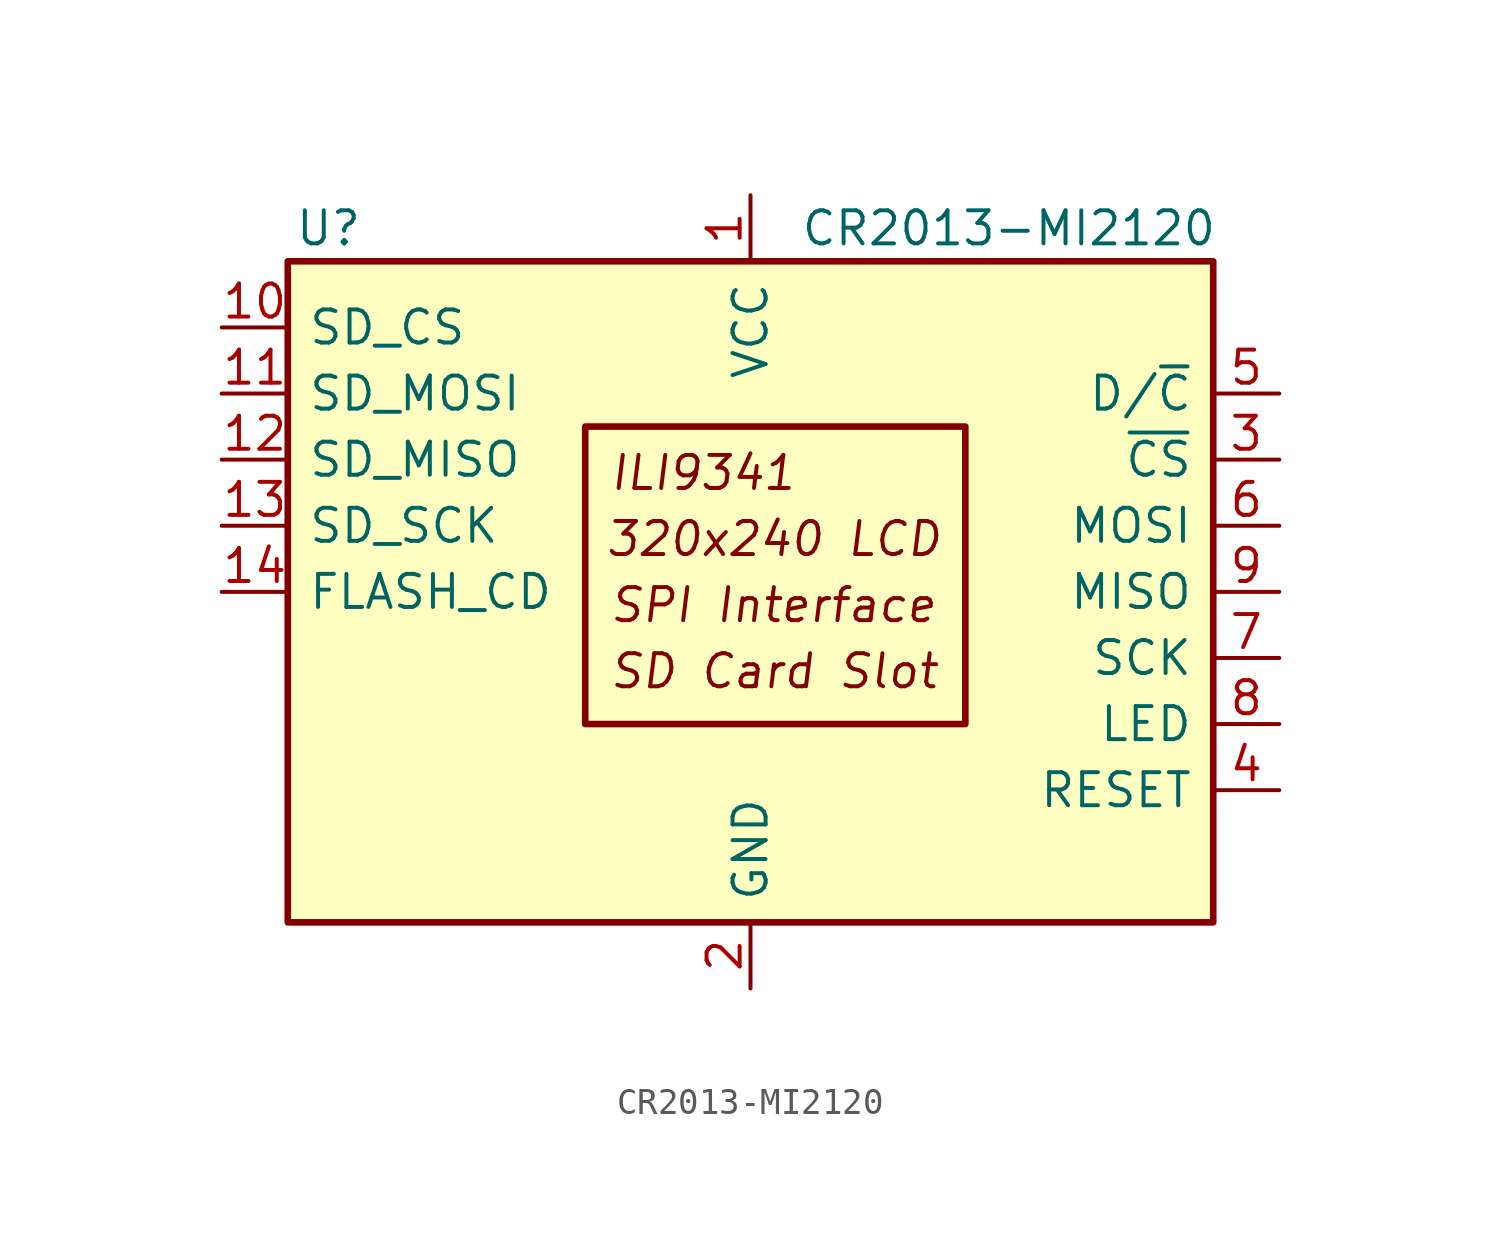
<source format=kicad_sym>
(kicad_symbol_lib
  (version 20201005)
  (generator kicad_symbol_editor)
  (symbol "CR2013-MI2120"
    (pin_names
      (offset 0.762))
    (property "Reference" "U"
      (at -17.526 13.97 0)
      (effects (font (size 1.27 1.27)) (justify left)))
    (property "Value" "CR2013-MI2120"
      (at 1.905 13.97 0)
      (effects (font (size 1.27 1.27)) (justify left)))
    (symbol "CR2013-MI2120_0_0"
      (text "320x240 LCD" (at 0.889 2.032 0) (effects (font (size 1.27 1.27) italic)))
      (text "ILI9341" (at -5.461 4.572 0) (effects (font (size 1.27 1.27) italic) (justify left)))
      (text "SD Card Slot" (at -5.461 -3.048 0) (effects (font (size 1.27 1.27) italic) (justify left)))
      (text "SPI Interface" (at -5.461 -0.508 0) (effects (font (size 1.27 1.27) italic) (justify left))))
    (symbol "CR2013-MI2120_0_1"
      (rectangle (start -6.35 6.35) (end 8.255 -5.08) (stroke (width 0.254)) (fill (type none)))
      (rectangle (start -17.78 12.7) (end 17.78 -12.7) (stroke (width 0.254)) (fill (type background))))
    (symbol "CR2013-MI2120_1_1"
      (pin power_in line (at 0 15.24 270) (length 2.54) (name "VCC" (effects (font (size 1.27 1.27)))) (number "1" (effects (font (size 1.27 1.27)))))
      (pin input line (at -20.32 10.16 0) (length 2.54) (name "SD_CS" (effects (font (size 1.27 1.27)))) (number "10" (effects (font (size 1.27 1.27)))))
      (pin input line (at -20.32 7.62 0) (length 2.54) (name "SD_MOSI" (effects (font (size 1.27 1.27)))) (number "11" (effects (font (size 1.27 1.27)))))
      (pin output line (at -20.32 5.08 0) (length 2.54) (name "SD_MISO" (effects (font (size 1.27 1.27)))) (number "12" (effects (font (size 1.27 1.27)))))
      (pin input line (at -20.32 2.54 0) (length 2.54) (name "SD_SCK" (effects (font (size 1.27 1.27)))) (number "13" (effects (font (size 1.27 1.27)))))
      (pin input line (at -20.32 0 0) (length 2.54) (name "FLASH_CD" (effects (font (size 1.27 1.27)))) (number "14" (effects (font (size 1.27 1.27)))))
      (pin power_in line (at 0 -15.24 90) (length 2.54) (name "GND" (effects (font (size 1.27 1.27)))) (number "2" (effects (font (size 1.27 1.27)))))
      (pin input line (at 20.32 5.08 180) (length 2.54) (name "~CS" (effects (font (size 1.27 1.27)))) (number "3" (effects (font (size 1.27 1.27)))))
      (pin input line (at 20.32 -7.62 180) (length 2.54) (name "RESET" (effects (font (size 1.27 1.27)))) (number "4" (effects (font (size 1.27 1.27)))))
      (pin input line (at 20.32 7.62 180) (length 2.54) (name "D/~C" (effects (font (size 1.27 1.27)))) (number "5" (effects (font (size 1.27 1.27)))))
      (pin input line (at 20.32 2.54 180) (length 2.54) (name "MOSI" (effects (font (size 1.27 1.27)))) (number "6" (effects (font (size 1.27 1.27)))))
      (pin input line (at 20.32 -2.54 180) (length 2.54) (name "SCK" (effects (font (size 1.27 1.27)))) (number "7" (effects (font (size 1.27 1.27)))))
      (pin input line (at 20.32 -5.08 180) (length 2.54) (name "LED" (effects (font (size 1.27 1.27)))) (number "8" (effects (font (size 1.27 1.27)))))
      (pin output line (at 20.32 0 180) (length 2.54) (name "MISO" (effects (font (size 1.27 1.27)))) (number "9" (effects (font (size 1.27 1.27))))))))
</source>
